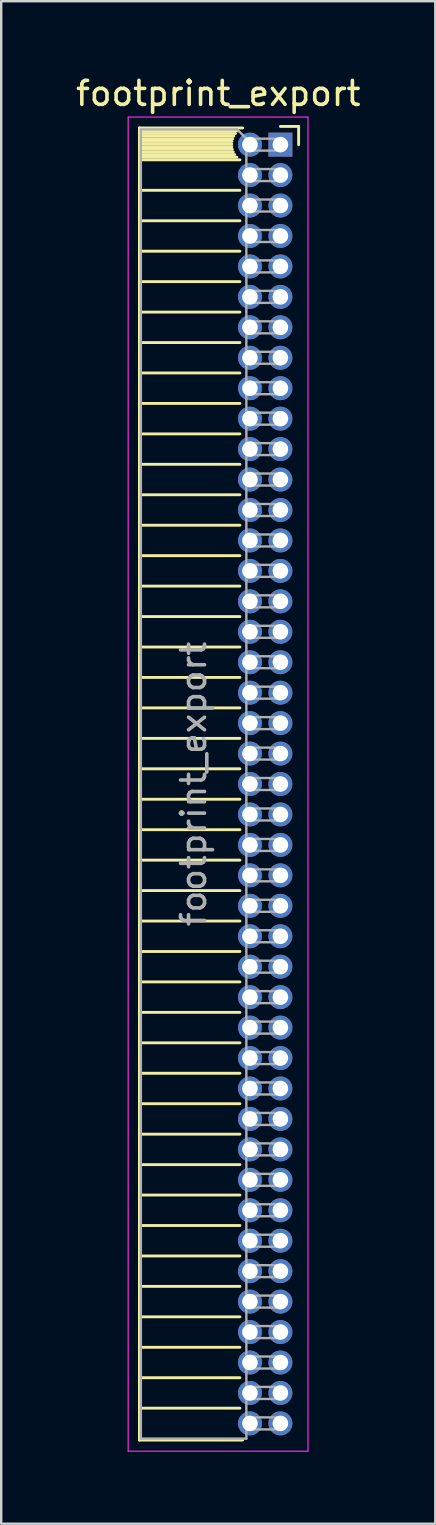
<source format=kicad_pcb>
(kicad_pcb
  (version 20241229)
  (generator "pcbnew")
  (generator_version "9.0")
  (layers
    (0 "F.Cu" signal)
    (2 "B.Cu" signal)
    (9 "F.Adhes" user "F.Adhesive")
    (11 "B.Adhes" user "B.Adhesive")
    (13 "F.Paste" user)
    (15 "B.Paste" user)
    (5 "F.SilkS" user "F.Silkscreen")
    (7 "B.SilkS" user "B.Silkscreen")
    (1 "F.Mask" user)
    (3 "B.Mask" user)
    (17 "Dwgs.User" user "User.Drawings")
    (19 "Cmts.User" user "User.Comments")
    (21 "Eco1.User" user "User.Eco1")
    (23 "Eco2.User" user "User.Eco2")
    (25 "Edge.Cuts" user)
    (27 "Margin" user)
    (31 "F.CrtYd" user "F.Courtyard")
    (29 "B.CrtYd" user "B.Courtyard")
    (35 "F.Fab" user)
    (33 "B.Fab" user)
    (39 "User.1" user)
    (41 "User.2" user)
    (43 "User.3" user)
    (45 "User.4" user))
  (footprint "footprint_export"
    (layer "F.Cu")
    (at 8.646 2.983)
    (property "Reference" "footprint_export" (at -2.592 -2.135 0) (layer "F.SilkS") (effects (font (size 1 1) (thickness 0.15))))
    (attr through_hole)
    (fp_line (start -5.88 -0.695) (end -5.88 54.035) (stroke (width 0.12) (type solid)) (layer "F.SilkS"))
    (fp_line (start -5.88 -0.695) (end -1.578 -0.695) (stroke (width 0.12) (type solid)) (layer "F.SilkS"))
    (fp_line (start -5.88 -0.575) (end -1.767 -0.575) (stroke (width 0.12) (type solid)) (layer "F.SilkS"))
    (fp_line (start -5.88 -0.465) (end -1.871 -0.465) (stroke (width 0.12) (type solid)) (layer "F.SilkS"))
    (fp_line (start -5.88 -0.355) (end -1.942 -0.355) (stroke (width 0.12) (type solid)) (layer "F.SilkS"))
    (fp_line (start -5.88 -0.245) (end -1.989 -0.245) (stroke (width 0.12) (type solid)) (layer "F.SilkS"))
    (fp_line (start -5.88 -0.135) (end -2.018 -0.135) (stroke (width 0.12) (type solid)) (layer "F.SilkS"))
    (fp_line (start -5.88 -0.025) (end -2.03 -0.025) (stroke (width 0.12) (type solid)) (layer "F.SilkS"))
    (fp_line (start -5.88 0.085) (end -2.025 0.085) (stroke (width 0.12) (type solid)) (layer "F.SilkS"))
    (fp_line (start -5.88 0.195) (end -2.005 0.195) (stroke (width 0.12) (type solid)) (layer "F.SilkS"))
    (fp_line (start -5.88 0.305) (end -1.966 0.305) (stroke (width 0.12) (type solid)) (layer "F.SilkS"))
    (fp_line (start -5.88 0.415) (end -1.907 0.415) (stroke (width 0.12) (type solid)) (layer "F.SilkS"))
    (fp_line (start -5.88 0.525) (end -1.82 0.525) (stroke (width 0.12) (type solid)) (layer "F.SilkS"))
    (fp_line (start -5.88 0.635) (end -1.688 0.635) (stroke (width 0.12) (type solid)) (layer "F.SilkS"))
    (fp_line (start -5.88 1.905) (end -1.688 1.905) (stroke (width 0.12) (type solid)) (layer "F.SilkS"))
    (fp_line (start -5.88 3.175) (end -1.688 3.175) (stroke (width 0.12) (type solid)) (layer "F.SilkS"))
    (fp_line (start -5.88 4.445) (end -1.688 4.445) (stroke (width 0.12) (type solid)) (layer "F.SilkS"))
    (fp_line (start -5.88 5.715) (end -1.688 5.715) (stroke (width 0.12) (type solid)) (layer "F.SilkS"))
    (fp_line (start -5.88 6.985) (end -1.688 6.985) (stroke (width 0.12) (type solid)) (layer "F.SilkS"))
    (fp_line (start -5.88 8.255) (end -1.688 8.255) (stroke (width 0.12) (type solid)) (layer "F.SilkS"))
    (fp_line (start -5.88 9.525) (end -1.688 9.525) (stroke (width 0.12) (type solid)) (layer "F.SilkS"))
    (fp_line (start -5.88 10.795) (end -1.688 10.795) (stroke (width 0.12) (type solid)) (layer "F.SilkS"))
    (fp_line (start -5.88 12.065) (end -1.688 12.065) (stroke (width 0.12) (type solid)) (layer "F.SilkS"))
    (fp_line (start -5.88 13.335) (end -1.688 13.335) (stroke (width 0.12) (type solid)) (layer "F.SilkS"))
    (fp_line (start -5.88 14.605) (end -1.688 14.605) (stroke (width 0.12) (type solid)) (layer "F.SilkS"))
    (fp_line (start -5.88 15.875) (end -1.688 15.875) (stroke (width 0.12) (type solid)) (layer "F.SilkS"))
    (fp_line (start -5.88 17.145) (end -1.688 17.145) (stroke (width 0.12) (type solid)) (layer "F.SilkS"))
    (fp_line (start -5.88 18.415) (end -1.688 18.415) (stroke (width 0.12) (type solid)) (layer "F.SilkS"))
    (fp_line (start -5.88 19.685) (end -1.688 19.685) (stroke (width 0.12) (type solid)) (layer "F.SilkS"))
    (fp_line (start -5.88 20.955) (end -1.688 20.955) (stroke (width 0.12) (type solid)) (layer "F.SilkS"))
    (fp_line (start -5.88 22.225) (end -1.688 22.225) (stroke (width 0.12) (type solid)) (layer "F.SilkS"))
    (fp_line (start -5.88 23.495) (end -1.688 23.495) (stroke (width 0.12) (type solid)) (layer "F.SilkS"))
    (fp_line (start -5.88 24.765) (end -1.688 24.765) (stroke (width 0.12) (type solid)) (layer "F.SilkS"))
    (fp_line (start -5.88 26.035) (end -1.688 26.035) (stroke (width 0.12) (type solid)) (layer "F.SilkS"))
    (fp_line (start -5.88 27.305) (end -1.688 27.305) (stroke (width 0.12) (type solid)) (layer "F.SilkS"))
    (fp_line (start -5.88 28.575) (end -1.688 28.575) (stroke (width 0.12) (type solid)) (layer "F.SilkS"))
    (fp_line (start -5.88 29.845) (end -1.688 29.845) (stroke (width 0.12) (type solid)) (layer "F.SilkS"))
    (fp_line (start -5.88 31.115) (end -1.688 31.115) (stroke (width 0.12) (type solid)) (layer "F.SilkS"))
    (fp_line (start -5.88 32.385) (end -1.688 32.385) (stroke (width 0.12) (type solid)) (layer "F.SilkS"))
    (fp_line (start -5.88 33.655) (end -1.688 33.655) (stroke (width 0.12) (type solid)) (layer "F.SilkS"))
    (fp_line (start -5.88 34.925) (end -1.688 34.925) (stroke (width 0.12) (type solid)) (layer "F.SilkS"))
    (fp_line (start -5.88 36.195) (end -1.688 36.195) (stroke (width 0.12) (type solid)) (layer "F.SilkS"))
    (fp_line (start -5.88 37.465) (end -1.688 37.465) (stroke (width 0.12) (type solid)) (layer "F.SilkS"))
    (fp_line (start -5.88 38.735) (end -1.688 38.735) (stroke (width 0.12) (type solid)) (layer "F.SilkS"))
    (fp_line (start -5.88 40.005) (end -1.688 40.005) (stroke (width 0.12) (type solid)) (layer "F.SilkS"))
    (fp_line (start -5.88 41.275) (end -1.688 41.275) (stroke (width 0.12) (type solid)) (layer "F.SilkS"))
    (fp_line (start -5.88 42.545) (end -1.688 42.545) (stroke (width 0.12) (type solid)) (layer "F.SilkS"))
    (fp_line (start -5.88 43.815) (end -1.688 43.815) (stroke (width 0.12) (type solid)) (layer "F.SilkS"))
    (fp_line (start -5.88 45.085) (end -1.688 45.085) (stroke (width 0.12) (type solid)) (layer "F.SilkS"))
    (fp_line (start -5.88 46.355) (end -1.688 46.355) (stroke (width 0.12) (type solid)) (layer "F.SilkS"))
    (fp_line (start -5.88 47.625) (end -1.688 47.625) (stroke (width 0.12) (type solid)) (layer "F.SilkS"))
    (fp_line (start -5.88 48.895) (end -1.688 48.895) (stroke (width 0.12) (type solid)) (layer "F.SilkS"))
    (fp_line (start -5.88 50.165) (end -1.688 50.165) (stroke (width 0.12) (type solid)) (layer "F.SilkS"))
    (fp_line (start -5.88 51.435) (end -1.688 51.435) (stroke (width 0.12) (type solid)) (layer "F.SilkS"))
    (fp_line (start -5.88 52.705) (end -1.688 52.705) (stroke (width 0.12) (type solid)) (layer "F.SilkS"))
    (fp_line (start -5.88 54.035) (end -1.578 54.035) (stroke (width 0.12) (type solid)) (layer "F.SilkS"))
    (fp_line (start 0 -0.76) (end 0.76 -0.76) (stroke (width 0.12) (type solid)) (layer "F.SilkS"))
    (fp_line (start 0.76 -0.76) (end 0.76 0) (stroke (width 0.12) (type solid)) (layer "F.SilkS"))
    (fp_line (start -6.35 -1.15) (end -6.35 54.5) (stroke (width 0.05) (type solid)) (layer "F.CrtYd"))
    (fp_line (start -6.35 54.5) (end 1.15 54.5) (stroke (width 0.05) (type solid)) (layer "F.CrtYd"))
    (fp_line (start 1.15 -1.15) (end -6.35 -1.15) (stroke (width 0.05) (type solid)) (layer "F.CrtYd"))
    (fp_line (start 1.15 54.5) (end 1.15 -1.15) (stroke (width 0.05) (type solid)) (layer "F.CrtYd"))
    (fp_line (start -5.82 -0.635) (end -1.805 -0.635) (stroke (width 0.1) (type solid)) (layer "F.Fab"))
    (fp_line (start -5.82 53.975) (end -5.82 -0.635) (stroke (width 0.1) (type solid)) (layer "F.Fab"))
    (fp_line (start -1.805 -0.635) (end -1.42 -0.25) (stroke (width 0.1) (type solid)) (layer "F.Fab"))
    (fp_line (start -1.42 -0.25) (end -1.42 53.975) (stroke (width 0.1) (type solid)) (layer "F.Fab"))
    (fp_line (start -1.42 0.25) (end 0 0.25) (stroke (width 0.1) (type solid)) (layer "F.Fab"))
    (fp_line (start -1.42 1.52) (end 0 1.52) (stroke (width 0.1) (type solid)) (layer "F.Fab"))
    (fp_line (start -1.42 2.79) (end 0 2.79) (stroke (width 0.1) (type solid)) (layer "F.Fab"))
    (fp_line (start -1.42 4.06) (end 0 4.06) (stroke (width 0.1) (type solid)) (layer "F.Fab"))
    (fp_line (start -1.42 5.33) (end 0 5.33) (stroke (width 0.1) (type solid)) (layer "F.Fab"))
    (fp_line (start -1.42 6.6) (end 0 6.6) (stroke (width 0.1) (type solid)) (layer "F.Fab"))
    (fp_line (start -1.42 7.87) (end 0 7.87) (stroke (width 0.1) (type solid)) (layer "F.Fab"))
    (fp_line (start -1.42 9.14) (end 0 9.14) (stroke (width 0.1) (type solid)) (layer "F.Fab"))
    (fp_line (start -1.42 10.41) (end 0 10.41) (stroke (width 0.1) (type solid)) (layer "F.Fab"))
    (fp_line (start -1.42 11.68) (end 0 11.68) (stroke (width 0.1) (type solid)) (layer "F.Fab"))
    (fp_line (start -1.42 12.95) (end 0 12.95) (stroke (width 0.1) (type solid)) (layer "F.Fab"))
    (fp_line (start -1.42 14.22) (end 0 14.22) (stroke (width 0.1) (type solid)) (layer "F.Fab"))
    (fp_line (start -1.42 15.49) (end 0 15.49) (stroke (width 0.1) (type solid)) (layer "F.Fab"))
    (fp_line (start -1.42 16.76) (end 0 16.76) (stroke (width 0.1) (type solid)) (layer "F.Fab"))
    (fp_line (start -1.42 18.03) (end 0 18.03) (stroke (width 0.1) (type solid)) (layer "F.Fab"))
    (fp_line (start -1.42 19.3) (end 0 19.3) (stroke (width 0.1) (type solid)) (layer "F.Fab"))
    (fp_line (start -1.42 20.57) (end 0 20.57) (stroke (width 0.1) (type solid)) (layer "F.Fab"))
    (fp_line (start -1.42 21.84) (end 0 21.84) (stroke (width 0.1) (type solid)) (layer "F.Fab"))
    (fp_line (start -1.42 23.11) (end 0 23.11) (stroke (width 0.1) (type solid)) (layer "F.Fab"))
    (fp_line (start -1.42 24.38) (end 0 24.38) (stroke (width 0.1) (type solid)) (layer "F.Fab"))
    (fp_line (start -1.42 25.65) (end 0 25.65) (stroke (width 0.1) (type solid)) (layer "F.Fab"))
    (fp_line (start -1.42 26.92) (end 0 26.92) (stroke (width 0.1) (type solid)) (layer "F.Fab"))
    (fp_line (start -1.42 28.19) (end 0 28.19) (stroke (width 0.1) (type solid)) (layer "F.Fab"))
    (fp_line (start -1.42 29.46) (end 0 29.46) (stroke (width 0.1) (type solid)) (layer "F.Fab"))
    (fp_line (start -1.42 30.73) (end 0 30.73) (stroke (width 0.1) (type solid)) (layer "F.Fab"))
    (fp_line (start -1.42 32) (end 0 32) (stroke (width 0.1) (type solid)) (layer "F.Fab"))
    (fp_line (start -1.42 33.27) (end 0 33.27) (stroke (width 0.1) (type solid)) (layer "F.Fab"))
    (fp_line (start -1.42 34.54) (end 0 34.54) (stroke (width 0.1) (type solid)) (layer "F.Fab"))
    (fp_line (start -1.42 35.81) (end 0 35.81) (stroke (width 0.1) (type solid)) (layer "F.Fab"))
    (fp_line (start -1.42 37.08) (end 0 37.08) (stroke (width 0.1) (type solid)) (layer "F.Fab"))
    (fp_line (start -1.42 38.35) (end 0 38.35) (stroke (width 0.1) (type solid)) (layer "F.Fab"))
    (fp_line (start -1.42 39.62) (end 0 39.62) (stroke (width 0.1) (type solid)) (layer "F.Fab"))
    (fp_line (start -1.42 40.89) (end 0 40.89) (stroke (width 0.1) (type solid)) (layer "F.Fab"))
    (fp_line (start -1.42 42.16) (end 0 42.16) (stroke (width 0.1) (type solid)) (layer "F.Fab"))
    (fp_line (start -1.42 43.43) (end 0 43.43) (stroke (width 0.1) (type solid)) (layer "F.Fab"))
    (fp_line (start -1.42 44.7) (end 0 44.7) (stroke (width 0.1) (type solid)) (layer "F.Fab"))
    (fp_line (start -1.42 45.97) (end 0 45.97) (stroke (width 0.1) (type solid)) (layer "F.Fab"))
    (fp_line (start -1.42 47.24) (end 0 47.24) (stroke (width 0.1) (type solid)) (layer "F.Fab"))
    (fp_line (start -1.42 48.51) (end 0 48.51) (stroke (width 0.1) (type solid)) (layer "F.Fab"))
    (fp_line (start -1.42 49.78) (end 0 49.78) (stroke (width 0.1) (type solid)) (layer "F.Fab"))
    (fp_line (start -1.42 51.05) (end 0 51.05) (stroke (width 0.1) (type solid)) (layer "F.Fab"))
    (fp_line (start -1.42 52.32) (end 0 52.32) (stroke (width 0.1) (type solid)) (layer "F.Fab"))
    (fp_line (start -1.42 53.59) (end 0 53.59) (stroke (width 0.1) (type solid)) (layer "F.Fab"))
    (fp_line (start -1.42 53.975) (end -5.82 53.975) (stroke (width 0.1) (type solid)) (layer "F.Fab"))
    (fp_line (start 0 -0.25) (end -1.42 -0.25) (stroke (width 0.1) (type solid)) (layer "F.Fab"))
    (fp_line (start 0 0.25) (end 0 -0.25) (stroke (width 0.1) (type solid)) (layer "F.Fab"))
    (fp_line (start 0 1.02) (end -1.42 1.02) (stroke (width 0.1) (type solid)) (layer "F.Fab"))
    (fp_line (start 0 1.52) (end 0 1.02) (stroke (width 0.1) (type solid)) (layer "F.Fab"))
    (fp_line (start 0 2.29) (end -1.42 2.29) (stroke (width 0.1) (type solid)) (layer "F.Fab"))
    (fp_line (start 0 2.79) (end 0 2.29) (stroke (width 0.1) (type solid)) (layer "F.Fab"))
    (fp_line (start 0 3.56) (end -1.42 3.56) (stroke (width 0.1) (type solid)) (layer "F.Fab"))
    (fp_line (start 0 4.06) (end 0 3.56) (stroke (width 0.1) (type solid)) (layer "F.Fab"))
    (fp_line (start 0 4.83) (end -1.42 4.83) (stroke (width 0.1) (type solid)) (layer "F.Fab"))
    (fp_line (start 0 5.33) (end 0 4.83) (stroke (width 0.1) (type solid)) (layer "F.Fab"))
    (fp_line (start 0 6.1) (end -1.42 6.1) (stroke (width 0.1) (type solid)) (layer "F.Fab"))
    (fp_line (start 0 6.6) (end 0 6.1) (stroke (width 0.1) (type solid)) (layer "F.Fab"))
    (fp_line (start 0 7.37) (end -1.42 7.37) (stroke (width 0.1) (type solid)) (layer "F.Fab"))
    (fp_line (start 0 7.87) (end 0 7.37) (stroke (width 0.1) (type solid)) (layer "F.Fab"))
    (fp_line (start 0 8.64) (end -1.42 8.64) (stroke (width 0.1) (type solid)) (layer "F.Fab"))
    (fp_line (start 0 9.14) (end 0 8.64) (stroke (width 0.1) (type solid)) (layer "F.Fab"))
    (fp_line (start 0 9.91) (end -1.42 9.91) (stroke (width 0.1) (type solid)) (layer "F.Fab"))
    (fp_line (start 0 10.41) (end 0 9.91) (stroke (width 0.1) (type solid)) (layer "F.Fab"))
    (fp_line (start 0 11.18) (end -1.42 11.18) (stroke (width 0.1) (type solid)) (layer "F.Fab"))
    (fp_line (start 0 11.68) (end 0 11.18) (stroke (width 0.1) (type solid)) (layer "F.Fab"))
    (fp_line (start 0 12.45) (end -1.42 12.45) (stroke (width 0.1) (type solid)) (layer "F.Fab"))
    (fp_line (start 0 12.95) (end 0 12.45) (stroke (width 0.1) (type solid)) (layer "F.Fab"))
    (fp_line (start 0 13.72) (end -1.42 13.72) (stroke (width 0.1) (type solid)) (layer "F.Fab"))
    (fp_line (start 0 14.22) (end 0 13.72) (stroke (width 0.1) (type solid)) (layer "F.Fab"))
    (fp_line (start 0 14.99) (end -1.42 14.99) (stroke (width 0.1) (type solid)) (layer "F.Fab"))
    (fp_line (start 0 15.49) (end 0 14.99) (stroke (width 0.1) (type solid)) (layer "F.Fab"))
    (fp_line (start 0 16.26) (end -1.42 16.26) (stroke (width 0.1) (type solid)) (layer "F.Fab"))
    (fp_line (start 0 16.76) (end 0 16.26) (stroke (width 0.1) (type solid)) (layer "F.Fab"))
    (fp_line (start 0 17.53) (end -1.42 17.53) (stroke (width 0.1) (type solid)) (layer "F.Fab"))
    (fp_line (start 0 18.03) (end 0 17.53) (stroke (width 0.1) (type solid)) (layer "F.Fab"))
    (fp_line (start 0 18.8) (end -1.42 18.8) (stroke (width 0.1) (type solid)) (layer "F.Fab"))
    (fp_line (start 0 19.3) (end 0 18.8) (stroke (width 0.1) (type solid)) (layer "F.Fab"))
    (fp_line (start 0 20.07) (end -1.42 20.07) (stroke (width 0.1) (type solid)) (layer "F.Fab"))
    (fp_line (start 0 20.57) (end 0 20.07) (stroke (width 0.1) (type solid)) (layer "F.Fab"))
    (fp_line (start 0 21.34) (end -1.42 21.34) (stroke (width 0.1) (type solid)) (layer "F.Fab"))
    (fp_line (start 0 21.84) (end 0 21.34) (stroke (width 0.1) (type solid)) (layer "F.Fab"))
    (fp_line (start 0 22.61) (end -1.42 22.61) (stroke (width 0.1) (type solid)) (layer "F.Fab"))
    (fp_line (start 0 23.11) (end 0 22.61) (stroke (width 0.1) (type solid)) (layer "F.Fab"))
    (fp_line (start 0 23.88) (end -1.42 23.88) (stroke (width 0.1) (type solid)) (layer "F.Fab"))
    (fp_line (start 0 24.38) (end 0 23.88) (stroke (width 0.1) (type solid)) (layer "F.Fab"))
    (fp_line (start 0 25.15) (end -1.42 25.15) (stroke (width 0.1) (type solid)) (layer "F.Fab"))
    (fp_line (start 0 25.65) (end 0 25.15) (stroke (width 0.1) (type solid)) (layer "F.Fab"))
    (fp_line (start 0 26.42) (end -1.42 26.42) (stroke (width 0.1) (type solid)) (layer "F.Fab"))
    (fp_line (start 0 26.92) (end 0 26.42) (stroke (width 0.1) (type solid)) (layer "F.Fab"))
    (fp_line (start 0 27.69) (end -1.42 27.69) (stroke (width 0.1) (type solid)) (layer "F.Fab"))
    (fp_line (start 0 28.19) (end 0 27.69) (stroke (width 0.1) (type solid)) (layer "F.Fab"))
    (fp_line (start 0 28.96) (end -1.42 28.96) (stroke (width 0.1) (type solid)) (layer "F.Fab"))
    (fp_line (start 0 29.46) (end 0 28.96) (stroke (width 0.1) (type solid)) (layer "F.Fab"))
    (fp_line (start 0 30.23) (end -1.42 30.23) (stroke (width 0.1) (type solid)) (layer "F.Fab"))
    (fp_line (start 0 30.73) (end 0 30.23) (stroke (width 0.1) (type solid)) (layer "F.Fab"))
    (fp_line (start 0 31.5) (end -1.42 31.5) (stroke (width 0.1) (type solid)) (layer "F.Fab"))
    (fp_line (start 0 32) (end 0 31.5) (stroke (width 0.1) (type solid)) (layer "F.Fab"))
    (fp_line (start 0 32.77) (end -1.42 32.77) (stroke (width 0.1) (type solid)) (layer "F.Fab"))
    (fp_line (start 0 33.27) (end 0 32.77) (stroke (width 0.1) (type solid)) (layer "F.Fab"))
    (fp_line (start 0 34.04) (end -1.42 34.04) (stroke (width 0.1) (type solid)) (layer "F.Fab"))
    (fp_line (start 0 34.54) (end 0 34.04) (stroke (width 0.1) (type solid)) (layer "F.Fab"))
    (fp_line (start 0 35.31) (end -1.42 35.31) (stroke (width 0.1) (type solid)) (layer "F.Fab"))
    (fp_line (start 0 35.81) (end 0 35.31) (stroke (width 0.1) (type solid)) (layer "F.Fab"))
    (fp_line (start 0 36.58) (end -1.42 36.58) (stroke (width 0.1) (type solid)) (layer "F.Fab"))
    (fp_line (start 0 37.08) (end 0 36.58) (stroke (width 0.1) (type solid)) (layer "F.Fab"))
    (fp_line (start 0 37.85) (end -1.42 37.85) (stroke (width 0.1) (type solid)) (layer "F.Fab"))
    (fp_line (start 0 38.35) (end 0 37.85) (stroke (width 0.1) (type solid)) (layer "F.Fab"))
    (fp_line (start 0 39.12) (end -1.42 39.12) (stroke (width 0.1) (type solid)) (layer "F.Fab"))
    (fp_line (start 0 39.62) (end 0 39.12) (stroke (width 0.1) (type solid)) (layer "F.Fab"))
    (fp_line (start 0 40.39) (end -1.42 40.39) (stroke (width 0.1) (type solid)) (layer "F.Fab"))
    (fp_line (start 0 40.89) (end 0 40.39) (stroke (width 0.1) (type solid)) (layer "F.Fab"))
    (fp_line (start 0 41.66) (end -1.42 41.66) (stroke (width 0.1) (type solid)) (layer "F.Fab"))
    (fp_line (start 0 42.16) (end 0 41.66) (stroke (width 0.1) (type solid)) (layer "F.Fab"))
    (fp_line (start 0 42.93) (end -1.42 42.93) (stroke (width 0.1) (type solid)) (layer "F.Fab"))
    (fp_line (start 0 43.43) (end 0 42.93) (stroke (width 0.1) (type solid)) (layer "F.Fab"))
    (fp_line (start 0 44.2) (end -1.42 44.2) (stroke (width 0.1) (type solid)) (layer "F.Fab"))
    (fp_line (start 0 44.7) (end 0 44.2) (stroke (width 0.1) (type solid)) (layer "F.Fab"))
    (fp_line (start 0 45.47) (end -1.42 45.47) (stroke (width 0.1) (type solid)) (layer "F.Fab"))
    (fp_line (start 0 45.97) (end 0 45.47) (stroke (width 0.1) (type solid)) (layer "F.Fab"))
    (fp_line (start 0 46.74) (end -1.42 46.74) (stroke (width 0.1) (type solid)) (layer "F.Fab"))
    (fp_line (start 0 47.24) (end 0 46.74) (stroke (width 0.1) (type solid)) (layer "F.Fab"))
    (fp_line (start 0 48.01) (end -1.42 48.01) (stroke (width 0.1) (type solid)) (layer "F.Fab"))
    (fp_line (start 0 48.51) (end 0 48.01) (stroke (width 0.1) (type solid)) (layer "F.Fab"))
    (fp_line (start 0 49.28) (end -1.42 49.28) (stroke (width 0.1) (type solid)) (layer "F.Fab"))
    (fp_line (start 0 49.78) (end 0 49.28) (stroke (width 0.1) (type solid)) (layer "F.Fab"))
    (fp_line (start 0 50.55) (end -1.42 50.55) (stroke (width 0.1) (type solid)) (layer "F.Fab"))
    (fp_line (start 0 51.05) (end 0 50.55) (stroke (width 0.1) (type solid)) (layer "F.Fab"))
    (fp_line (start 0 51.82) (end -1.42 51.82) (stroke (width 0.1) (type solid)) (layer "F.Fab"))
    (fp_line (start 0 52.32) (end 0 51.82) (stroke (width 0.1) (type solid)) (layer "F.Fab"))
    (fp_line (start 0 53.09) (end -1.42 53.09) (stroke (width 0.1) (type solid)) (layer "F.Fab"))
    (fp_line (start 0 53.59) (end 0 53.09) (stroke (width 0.1) (type solid)) (layer "F.Fab"))
    (fp_text user "${REFERENCE}" (at -3.62 26.67 90) (layer "F.Fab") (effects (font (size 1 1) (thickness 0.15))))
    (pad "1" thru_hole rect (at 0 0) (size 1 1) (drill 0.65) (layers "*.Cu" "*.Mask"))
    (pad "2" thru_hole oval (at -1.27 0) (size 1 1) (drill 0.65) (layers "*.Cu" "*.Mask"))
    (pad "3" thru_hole oval (at 0 1.27) (size 1 1) (drill 0.65) (layers "*.Cu" "*.Mask"))
    (pad "4" thru_hole oval (at -1.27 1.27) (size 1 1) (drill 0.65) (layers "*.Cu" "*.Mask"))
    (pad "5" thru_hole oval (at 0 2.54) (size 1 1) (drill 0.65) (layers "*.Cu" "*.Mask"))
    (pad "6" thru_hole oval (at -1.27 2.54) (size 1 1) (drill 0.65) (layers "*.Cu" "*.Mask"))
    (pad "7" thru_hole oval (at 0 3.81) (size 1 1) (drill 0.65) (layers "*.Cu" "*.Mask"))
    (pad "8" thru_hole oval (at -1.27 3.81) (size 1 1) (drill 0.65) (layers "*.Cu" "*.Mask"))
    (pad "9" thru_hole oval (at 0 5.08) (size 1 1) (drill 0.65) (layers "*.Cu" "*.Mask"))
    (pad "10" thru_hole oval (at -1.27 5.08) (size 1 1) (drill 0.65) (layers "*.Cu" "*.Mask"))
    (pad "11" thru_hole oval (at 0 6.35) (size 1 1) (drill 0.65) (layers "*.Cu" "*.Mask"))
    (pad "12" thru_hole oval (at -1.27 6.35) (size 1 1) (drill 0.65) (layers "*.Cu" "*.Mask"))
    (pad "13" thru_hole oval (at 0 7.62) (size 1 1) (drill 0.65) (layers "*.Cu" "*.Mask"))
    (pad "14" thru_hole oval (at -1.27 7.62) (size 1 1) (drill 0.65) (layers "*.Cu" "*.Mask"))
    (pad "15" thru_hole oval (at 0 8.89) (size 1 1) (drill 0.65) (layers "*.Cu" "*.Mask"))
    (pad "16" thru_hole oval (at -1.27 8.89) (size 1 1) (drill 0.65) (layers "*.Cu" "*.Mask"))
    (pad "17" thru_hole oval (at 0 10.16) (size 1 1) (drill 0.65) (layers "*.Cu" "*.Mask"))
    (pad "18" thru_hole oval (at -1.27 10.16) (size 1 1) (drill 0.65) (layers "*.Cu" "*.Mask"))
    (pad "19" thru_hole oval (at 0 11.43) (size 1 1) (drill 0.65) (layers "*.Cu" "*.Mask"))
    (pad "20" thru_hole oval (at -1.27 11.43) (size 1 1) (drill 0.65) (layers "*.Cu" "*.Mask"))
    (pad "21" thru_hole oval (at 0 12.7) (size 1 1) (drill 0.65) (layers "*.Cu" "*.Mask"))
    (pad "22" thru_hole oval (at -1.27 12.7) (size 1 1) (drill 0.65) (layers "*.Cu" "*.Mask"))
    (pad "23" thru_hole oval (at 0 13.97) (size 1 1) (drill 0.65) (layers "*.Cu" "*.Mask"))
    (pad "24" thru_hole oval (at -1.27 13.97) (size 1 1) (drill 0.65) (layers "*.Cu" "*.Mask"))
    (pad "25" thru_hole oval (at 0 15.24) (size 1 1) (drill 0.65) (layers "*.Cu" "*.Mask"))
    (pad "26" thru_hole oval (at -1.27 15.24) (size 1 1) (drill 0.65) (layers "*.Cu" "*.Mask"))
    (pad "27" thru_hole oval (at 0 16.51) (size 1 1) (drill 0.65) (layers "*.Cu" "*.Mask"))
    (pad "28" thru_hole oval (at -1.27 16.51) (size 1 1) (drill 0.65) (layers "*.Cu" "*.Mask"))
    (pad "29" thru_hole oval (at 0 17.78) (size 1 1) (drill 0.65) (layers "*.Cu" "*.Mask"))
    (pad "30" thru_hole oval (at -1.27 17.78) (size 1 1) (drill 0.65) (layers "*.Cu" "*.Mask"))
    (pad "31" thru_hole oval (at 0 19.05) (size 1 1) (drill 0.65) (layers "*.Cu" "*.Mask"))
    (pad "32" thru_hole oval (at -1.27 19.05) (size 1 1) (drill 0.65) (layers "*.Cu" "*.Mask"))
    (pad "33" thru_hole oval (at 0 20.32) (size 1 1) (drill 0.65) (layers "*.Cu" "*.Mask"))
    (pad "34" thru_hole oval (at -1.27 20.32) (size 1 1) (drill 0.65) (layers "*.Cu" "*.Mask"))
    (pad "35" thru_hole oval (at 0 21.59) (size 1 1) (drill 0.65) (layers "*.Cu" "*.Mask"))
    (pad "36" thru_hole oval (at -1.27 21.59) (size 1 1) (drill 0.65) (layers "*.Cu" "*.Mask"))
    (pad "37" thru_hole oval (at 0 22.86) (size 1 1) (drill 0.65) (layers "*.Cu" "*.Mask"))
    (pad "38" thru_hole oval (at -1.27 22.86) (size 1 1) (drill 0.65) (layers "*.Cu" "*.Mask"))
    (pad "39" thru_hole oval (at 0 24.13) (size 1 1) (drill 0.65) (layers "*.Cu" "*.Mask"))
    (pad "40" thru_hole oval (at -1.27 24.13) (size 1 1) (drill 0.65) (layers "*.Cu" "*.Mask"))
    (pad "41" thru_hole oval (at 0 25.4) (size 1 1) (drill 0.65) (layers "*.Cu" "*.Mask"))
    (pad "42" thru_hole oval (at -1.27 25.4) (size 1 1) (drill 0.65) (layers "*.Cu" "*.Mask"))
    (pad "43" thru_hole oval (at 0 26.67) (size 1 1) (drill 0.65) (layers "*.Cu" "*.Mask"))
    (pad "44" thru_hole oval (at -1.27 26.67) (size 1 1) (drill 0.65) (layers "*.Cu" "*.Mask"))
    (pad "45" thru_hole oval (at 0 27.94) (size 1 1) (drill 0.65) (layers "*.Cu" "*.Mask"))
    (pad "46" thru_hole oval (at -1.27 27.94) (size 1 1) (drill 0.65) (layers "*.Cu" "*.Mask"))
    (pad "47" thru_hole oval (at 0 29.21) (size 1 1) (drill 0.65) (layers "*.Cu" "*.Mask"))
    (pad "48" thru_hole oval (at -1.27 29.21) (size 1 1) (drill 0.65) (layers "*.Cu" "*.Mask"))
    (pad "49" thru_hole oval (at 0 30.48) (size 1 1) (drill 0.65) (layers "*.Cu" "*.Mask"))
    (pad "50" thru_hole oval (at -1.27 30.48) (size 1 1) (drill 0.65) (layers "*.Cu" "*.Mask"))
    (pad "51" thru_hole oval (at 0 31.75) (size 1 1) (drill 0.65) (layers "*.Cu" "*.Mask"))
    (pad "52" thru_hole oval (at -1.27 31.75) (size 1 1) (drill 0.65) (layers "*.Cu" "*.Mask"))
    (pad "53" thru_hole oval (at 0 33.02) (size 1 1) (drill 0.65) (layers "*.Cu" "*.Mask"))
    (pad "54" thru_hole oval (at -1.27 33.02) (size 1 1) (drill 0.65) (layers "*.Cu" "*.Mask"))
    (pad "55" thru_hole oval (at 0 34.29) (size 1 1) (drill 0.65) (layers "*.Cu" "*.Mask"))
    (pad "56" thru_hole oval (at -1.27 34.29) (size 1 1) (drill 0.65) (layers "*.Cu" "*.Mask"))
    (pad "57" thru_hole oval (at 0 35.56) (size 1 1) (drill 0.65) (layers "*.Cu" "*.Mask"))
    (pad "58" thru_hole oval (at -1.27 35.56) (size 1 1) (drill 0.65) (layers "*.Cu" "*.Mask"))
    (pad "59" thru_hole oval (at 0 36.83) (size 1 1) (drill 0.65) (layers "*.Cu" "*.Mask"))
    (pad "60" thru_hole oval (at -1.27 36.83) (size 1 1) (drill 0.65) (layers "*.Cu" "*.Mask"))
    (pad "61" thru_hole oval (at 0 38.1) (size 1 1) (drill 0.65) (layers "*.Cu" "*.Mask"))
    (pad "62" thru_hole oval (at -1.27 38.1) (size 1 1) (drill 0.65) (layers "*.Cu" "*.Mask"))
    (pad "63" thru_hole oval (at 0 39.37) (size 1 1) (drill 0.65) (layers "*.Cu" "*.Mask"))
    (pad "64" thru_hole oval (at -1.27 39.37) (size 1 1) (drill 0.65) (layers "*.Cu" "*.Mask"))
    (pad "65" thru_hole oval (at 0 40.64) (size 1 1) (drill 0.65) (layers "*.Cu" "*.Mask"))
    (pad "66" thru_hole oval (at -1.27 40.64) (size 1 1) (drill 0.65) (layers "*.Cu" "*.Mask"))
    (pad "67" thru_hole oval (at 0 41.91) (size 1 1) (drill 0.65) (layers "*.Cu" "*.Mask"))
    (pad "68" thru_hole oval (at -1.27 41.91) (size 1 1) (drill 0.65) (layers "*.Cu" "*.Mask"))
    (pad "69" thru_hole oval (at 0 43.18) (size 1 1) (drill 0.65) (layers "*.Cu" "*.Mask"))
    (pad "70" thru_hole oval (at -1.27 43.18) (size 1 1) (drill 0.65) (layers "*.Cu" "*.Mask"))
    (pad "71" thru_hole oval (at 0 44.45) (size 1 1) (drill 0.65) (layers "*.Cu" "*.Mask"))
    (pad "72" thru_hole oval (at -1.27 44.45) (size 1 1) (drill 0.65) (layers "*.Cu" "*.Mask"))
    (pad "73" thru_hole oval (at 0 45.72) (size 1 1) (drill 0.65) (layers "*.Cu" "*.Mask"))
    (pad "74" thru_hole oval (at -1.27 45.72) (size 1 1) (drill 0.65) (layers "*.Cu" "*.Mask"))
    (pad "75" thru_hole oval (at 0 46.99) (size 1 1) (drill 0.65) (layers "*.Cu" "*.Mask"))
    (pad "76" thru_hole oval (at -1.27 46.99) (size 1 1) (drill 0.65) (layers "*.Cu" "*.Mask"))
    (pad "77" thru_hole oval (at 0 48.26) (size 1 1) (drill 0.65) (layers "*.Cu" "*.Mask"))
    (pad "78" thru_hole oval (at -1.27 48.26) (size 1 1) (drill 0.65) (layers "*.Cu" "*.Mask"))
    (pad "79" thru_hole oval (at 0 49.53) (size 1 1) (drill 0.65) (layers "*.Cu" "*.Mask"))
    (pad "80" thru_hole oval (at -1.27 49.53) (size 1 1) (drill 0.65) (layers "*.Cu" "*.Mask"))
    (pad "81" thru_hole oval (at 0 50.8) (size 1 1) (drill 0.65) (layers "*.Cu" "*.Mask"))
    (pad "82" thru_hole oval (at -1.27 50.8) (size 1 1) (drill 0.65) (layers "*.Cu" "*.Mask"))
    (pad "83" thru_hole oval (at 0 52.07) (size 1 1) (drill 0.65) (layers "*.Cu" "*.Mask"))
    (pad "84" thru_hole oval (at -1.27 52.07) (size 1 1) (drill 0.65) (layers "*.Cu" "*.Mask"))
    (pad "85" thru_hole oval (at 0 53.34) (size 1 1) (drill 0.65) (layers "*.Cu" "*.Mask"))
    (pad "86" thru_hole oval (at -1.27 53.34) (size 1 1) (drill 0.65) (layers "*.Cu" "*.Mask")))
  (gr_rect
    (start -3 -3)
    (end 15.107 60.508)
    (stroke (width 0.1) (type default))
    (fill no)
    (layer "Edge.Cuts")))
</source>
